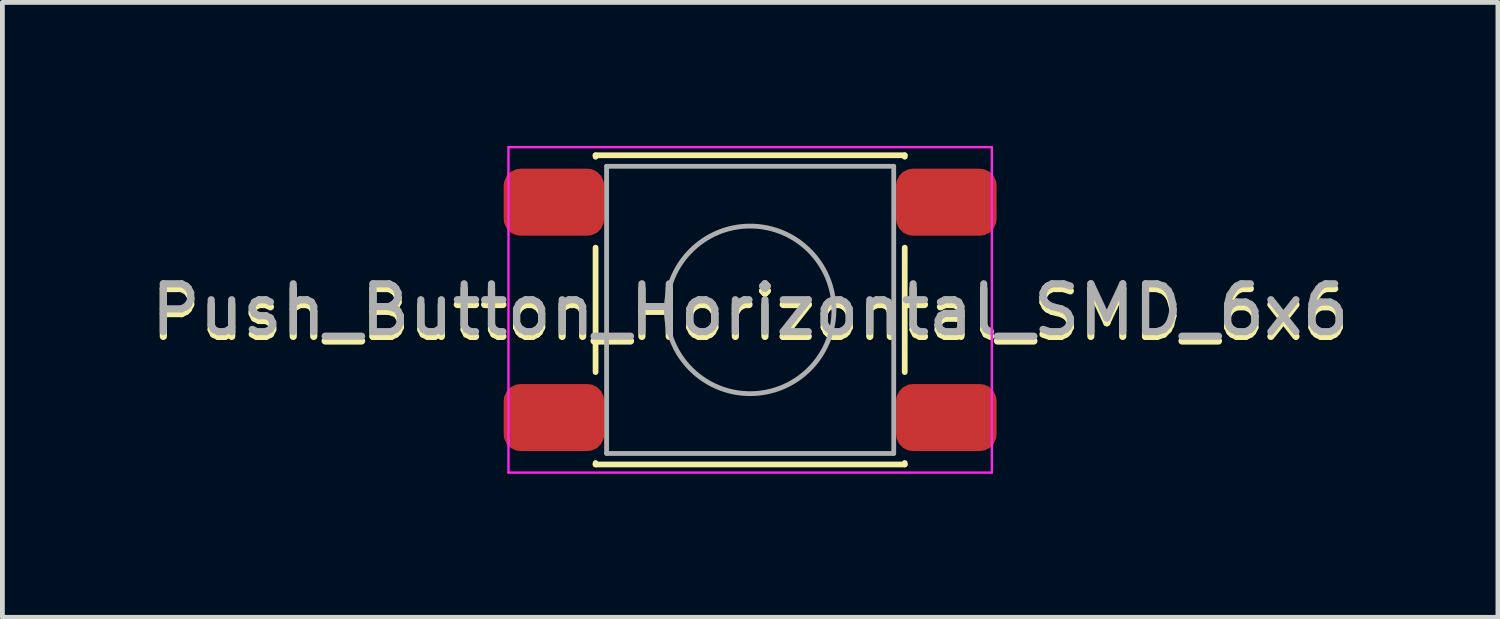
<source format=kicad_pcb>
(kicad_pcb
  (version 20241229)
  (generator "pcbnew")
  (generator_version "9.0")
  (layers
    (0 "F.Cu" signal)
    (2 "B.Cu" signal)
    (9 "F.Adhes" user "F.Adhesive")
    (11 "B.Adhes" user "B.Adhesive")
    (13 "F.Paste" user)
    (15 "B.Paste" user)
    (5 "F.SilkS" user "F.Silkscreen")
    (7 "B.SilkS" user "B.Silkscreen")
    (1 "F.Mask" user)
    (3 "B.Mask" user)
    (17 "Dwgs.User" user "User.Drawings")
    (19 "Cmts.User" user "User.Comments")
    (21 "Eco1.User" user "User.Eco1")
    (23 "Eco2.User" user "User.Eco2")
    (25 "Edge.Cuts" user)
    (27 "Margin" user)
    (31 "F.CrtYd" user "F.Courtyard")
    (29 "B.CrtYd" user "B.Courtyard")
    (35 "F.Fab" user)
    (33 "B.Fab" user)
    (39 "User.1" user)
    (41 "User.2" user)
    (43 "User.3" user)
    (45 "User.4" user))
  (footprint "Push_Button_Horizontal_SMD_6x6"
    (layer "F.Cu")
    (at 12.625 3.425)
    (property "Reference" "Push_Button_Horizontal_SMD_6x6" (at 0 0.1 0) (layer "F.SilkS") (effects (font (size 1 1) (thickness 0.15))))
    (attr through_hole)
    (fp_line (start -3.23 -3.23) (end 3.23 -3.23) (stroke (width 0.12) (type solid)) (layer "F.SilkS"))
    (fp_line (start -3.23 -3.2) (end -3.23 -3.23) (stroke (width 0.12) (type solid)) (layer "F.SilkS"))
    (fp_line (start -3.23 -1.3) (end -3.23 1.3) (stroke (width 0.12) (type solid)) (layer "F.SilkS"))
    (fp_line (start -3.23 3.23) (end -3.23 3.2) (stroke (width 0.12) (type solid)) (layer "F.SilkS"))
    (fp_line (start -3.23 3.23) (end 3.23 3.23) (stroke (width 0.12) (type solid)) (layer "F.SilkS"))
    (fp_line (start 3.23 -3.23) (end 3.23 -3.2) (stroke (width 0.12) (type solid)) (layer "F.SilkS"))
    (fp_line (start 3.23 -1.3) (end 3.23 1.3) (stroke (width 0.12) (type solid)) (layer "F.SilkS"))
    (fp_line (start 3.23 3.23) (end 3.23 3.2) (stroke (width 0.12) (type solid)) (layer "F.SilkS"))
    (fp_line (start -5.05 -3.4) (end -5.05 3.4) (stroke (width 0.05) (type solid)) (layer "F.CrtYd"))
    (fp_line (start -5.05 -3.4) (end 5.05 -3.4) (stroke (width 0.05) (type solid)) (layer "F.CrtYd"))
    (fp_line (start -5.05 3.4) (end 5.05 3.4) (stroke (width 0.05) (type solid)) (layer "F.CrtYd"))
    (fp_line (start 5.05 3.4) (end 5.05 -3.4) (stroke (width 0.05) (type solid)) (layer "F.CrtYd"))
    (fp_line (start -3 -3) (end -3 3) (stroke (width 0.1) (type solid)) (layer "F.Fab"))
    (fp_line (start -3 3) (end 3 3) (stroke (width 0.1) (type solid)) (layer "F.Fab"))
    (fp_line (start 3 -3) (end -3 -3) (stroke (width 0.1) (type solid)) (layer "F.Fab"))
    (fp_line (start 3 3) (end 3 -3) (stroke (width 0.1) (type solid)) (layer "F.Fab"))
    (fp_circle (center 0 0) (end 1.75 -0.05) (stroke (width 0.1) (type solid)) (fill no) (layer "F.Fab"))
    (fp_text user "${REFERENCE}" (at 0 0 0) (layer "F.Fab") (effects (font (size 1 1) (thickness 0.15))))
    (pad "1" smd roundrect (at -4.1 -2.25) (size 2.1 1.4) (layers "F.Cu" "F.Mask" "F.Paste") (roundrect_rratio 0.25))
    (pad "1" smd roundrect (at 4.1 -2.25) (size 2.1 1.4) (layers "F.Cu" "F.Mask" "F.Paste") (roundrect_rratio 0.25))
    (pad "2" smd roundrect (at -4.1 2.25) (size 2.1 1.4) (layers "F.Cu" "F.Mask" "F.Paste") (roundrect_rratio 0.25))
    (pad "2" smd roundrect (at 4.1 2.25) (size 2.1 1.4) (layers "F.Cu" "F.Mask" "F.Paste") (roundrect_rratio 0.25)))
  (gr_rect
    (start -3 -3)
    (end 28.25 9.85)
    (stroke (width 0.1) (type default))
    (fill no)
    (layer "Edge.Cuts")))
</source>
